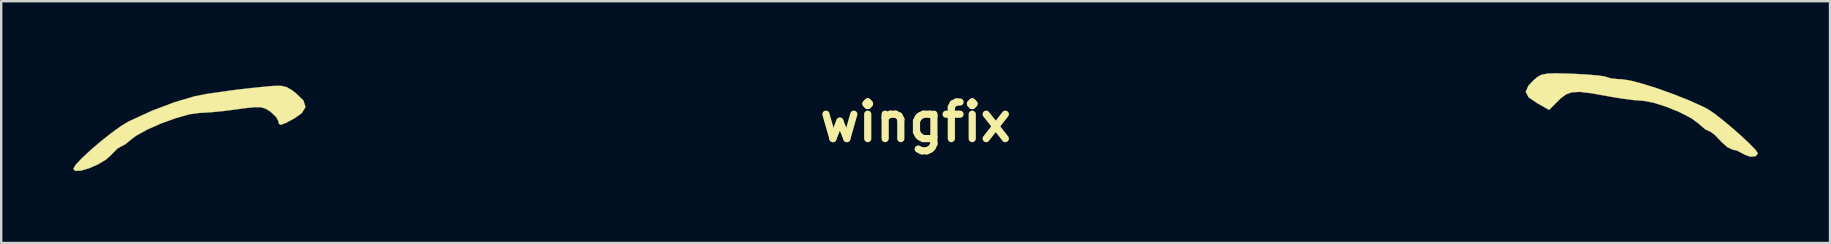
<source format=kicad_pcb>
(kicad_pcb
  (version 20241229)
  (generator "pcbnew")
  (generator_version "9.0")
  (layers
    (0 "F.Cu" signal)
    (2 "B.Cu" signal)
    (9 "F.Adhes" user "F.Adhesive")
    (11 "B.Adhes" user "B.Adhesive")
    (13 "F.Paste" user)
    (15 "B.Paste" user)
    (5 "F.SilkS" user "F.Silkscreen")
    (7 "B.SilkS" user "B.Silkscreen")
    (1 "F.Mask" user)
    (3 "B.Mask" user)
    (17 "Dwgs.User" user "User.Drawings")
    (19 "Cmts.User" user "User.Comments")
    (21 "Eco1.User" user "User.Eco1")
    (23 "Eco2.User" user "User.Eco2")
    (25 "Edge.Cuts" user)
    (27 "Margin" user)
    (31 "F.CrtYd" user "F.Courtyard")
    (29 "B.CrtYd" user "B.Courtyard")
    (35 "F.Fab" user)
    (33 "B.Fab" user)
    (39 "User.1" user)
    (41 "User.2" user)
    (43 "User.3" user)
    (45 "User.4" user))
  (footprint "wingfix"
    (layer "F.Cu")
    (at 35.106 2.036)
    (property "Reference" "wingfix" (at 0 0 0) (layer "F.SilkS") (effects (font (size 1.524 1.524) (thickness 0.3))))
    (attr through_hole)
    (fp_poly (pts (xy -26.213 -1.456) (xy -25.999 -1.334) (xy -25.847 -1.221) (xy -25.512 -0.901) (xy -25.425 -0.624) (xy -25.587 -0.363) (xy -25.896 -0.151) (xy -26.26 0.044) (xy -26.458 0.114) (xy -26.539 0.067) (xy -26.553 -0.032) (xy -26.65 -0.212) (xy -26.881 -0.428) (xy -26.894 -0.437) (xy -27.082 -0.557) (xy -27.278 -0.616) (xy -27.552 -0.62) (xy -27.973 -0.575) (xy -28.268 -0.533) (xy -28.835 -0.46) (xy -29.376 -0.407) (xy -29.785 -0.383) (xy -29.826 -0.383) (xy -30.257 -0.324) (xy -30.82 -0.167) (xy -31.434 0.055) (xy -32.016 0.311) (xy -32.483 0.569) (xy -32.682 0.719) (xy -32.933 0.923) (xy -33.112 1.02) (xy -33.124 1.021) (xy -33.276 1.112) (xy -33.488 1.332) (xy -33.506 1.354) (xy -33.745 1.567) (xy -34.08 1.766) (xy -34.448 1.927) (xy -34.783 2.024) (xy -35.022 2.034) (xy -35.101 1.951) (xy -35.005 1.787) (xy -34.751 1.514) (xy -34.387 1.174) (xy -33.96 0.809) (xy -33.519 0.46) (xy -33.113 0.167) (xy -32.793 -0.026) (xy -31.823 -0.47) (xy -30.88 -0.828) (xy -30.033 -1.077) (xy -29.548 -1.172) (xy -29.091 -1.236) (xy -28.706 -1.291) (xy -28.527 -1.318) (xy -28.28 -1.349) (xy -27.863 -1.397) (xy -27.36 -1.451) (xy -27.282 -1.459) (xy -26.777 -1.506) (xy -26.446 -1.509) (xy -26.213 -1.456)) (stroke (width 0.01) (type solid)) (fill yes) (layer "F.SilkS"))
    (fp_poly (pts (xy 27.208 -2.017) (xy 27.405 -2.01) (xy 27.96 -1.981) (xy 28.417 -1.943) (xy 28.717 -1.901) (xy 28.802 -1.873) (xy 28.974 -1.818) (xy 29.297 -1.787) (xy 29.41 -1.785) (xy 29.762 -1.734) (xy 30.282 -1.599) (xy 30.91 -1.401) (xy 31.58 -1.161) (xy 32.231 -0.903) (xy 32.801 -0.646) (xy 32.994 -0.547) (xy 33.257 -0.375) (xy 33.614 -0.099) (xy 34.017 0.236) (xy 34.417 0.589) (xy 34.763 0.914) (xy 35.008 1.168) (xy 35.101 1.309) (xy 35.101 1.31) (xy 35 1.425) (xy 34.773 1.441) (xy 34.53 1.352) (xy 34.507 1.335) (xy 34.228 1.189) (xy 34.059 1.153) (xy 33.844 1.058) (xy 33.582 0.83) (xy 33.525 0.766) (xy 33.287 0.52) (xy 33.101 0.389) (xy 33.072 0.383) (xy 32.9 0.299) (xy 32.663 0.094) (xy 32.649 0.079) (xy 32.329 -0.157) (xy 31.846 -0.407) (xy 31.288 -0.636) (xy 30.741 -0.809) (xy 30.294 -0.891) (xy 30.228 -0.893) (xy 29.896 -0.918) (xy 29.411 -0.982) (xy 28.872 -1.072) (xy 28.803 -1.085) (xy 28.144 -1.203) (xy 27.677 -1.257) (xy 27.347 -1.241) (xy 27.099 -1.151) (xy 26.875 -0.981) (xy 26.783 -0.892) (xy 26.398 -0.507) (xy 25.899 -0.788) (xy 25.542 -1.033) (xy 25.424 -1.261) (xy 25.538 -1.519) (xy 25.747 -1.738) (xy 25.917 -1.883) (xy 26.09 -1.973) (xy 26.323 -2.019) (xy 26.676 -2.031) (xy 27.208 -2.017)) (stroke (width 0.01) (type solid)) (fill yes) (layer "F.SilkS")))
  (gr_rect
    (start -3 -3)
    (end 73.211 7.075)
    (stroke (width 0.1) (type default))
    (fill no)
    (layer "Edge.Cuts")))
</source>
